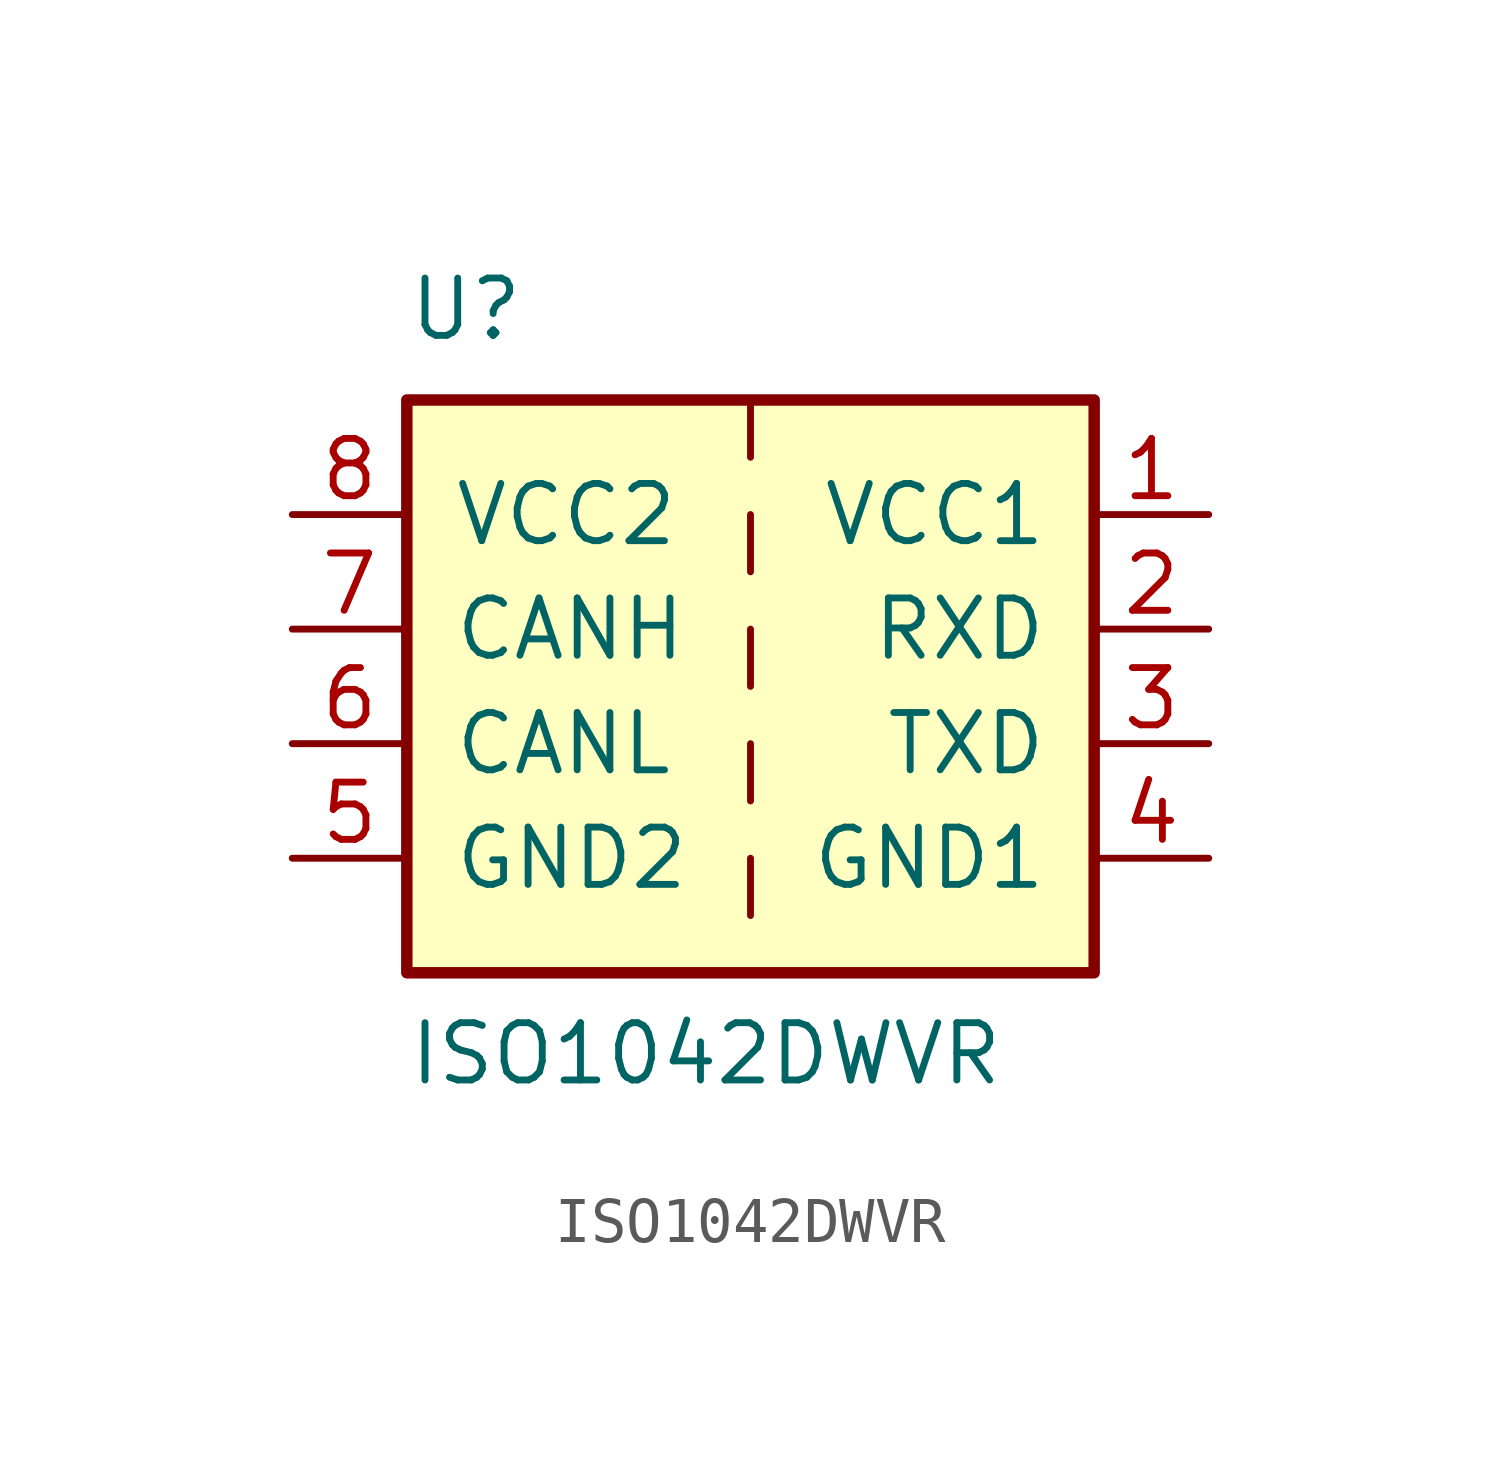
<source format=kicad_sym>
(kicad_symbol_lib
  (version 20211014)
  (generator kicad_symbol_editor)
  (symbol "ISO1042DWVR"
    (pin_names
      (offset 1.016))
    (property "Reference" "U"
      (at -7.62 7.62 0)
      (effects (font (size 1.27 1.27)) (justify left bottom)))
    (property "Value" "ISO1042DWVR"
      (at -7.62 -8.89 0)
      (effects (font (size 1.27 1.27)) (justify left bottom)))
    (property "ki_locked" ""
      (at 0 0 0)
      (effects (font (size 1.27 1.27))))
    (symbol "ISO1042DWVR_1_1"
      (polyline (pts (xy 0 -3.81) (xy 0 -5.08)) (stroke (width 0) (type default) (color 0 0 0 0)) (fill (type none)))
      (polyline (pts (xy 0 -1.27) (xy 0 -2.54)) (stroke (width 0) (type default) (color 0 0 0 0)) (fill (type none)))
      (polyline (pts (xy 0 1.27) (xy 0 0)) (stroke (width 0) (type default) (color 0 0 0 0)) (fill (type none)))
      (polyline (pts (xy 0 3.81) (xy 0 2.54)) (stroke (width 0) (type default) (color 0 0 0 0)) (fill (type none)))
      (polyline (pts (xy 0 6.35) (xy 0 5.08)) (stroke (width 0) (type default) (color 0 0 0 0)) (fill (type none)))
      (rectangle (start 7.62 6.35) (end -7.62 -6.35) (stroke (width 0.254) (type default) (color 0 0 0 0)) (fill (type background)))
      (pin power_in line (at 10.16 3.81 180) (length 2.54) (name "VCC1" (effects (font (size 1.27 1.27)))) (number "1" (effects (font (size 1.27 1.27)))))
      (pin output line (at 10.16 1.27 180) (length 2.54) (name "RXD" (effects (font (size 1.27 1.27)))) (number "2" (effects (font (size 1.27 1.27)))))
      (pin input line (at 10.16 -1.27 180) (length 2.54) (name "TXD" (effects (font (size 1.27 1.27)))) (number "3" (effects (font (size 1.27 1.27)))))
      (pin power_in line (at 10.16 -3.81 180) (length 2.54) (name "GND1" (effects (font (size 1.27 1.27)))) (number "4" (effects (font (size 1.27 1.27)))))
      (pin power_in line (at -10.16 -3.81 0) (length 2.54) (name "GND2" (effects (font (size 1.27 1.27)))) (number "5" (effects (font (size 1.27 1.27)))))
      (pin bidirectional line (at -10.16 -1.27 0) (length 2.54) (name "CANL" (effects (font (size 1.27 1.27)))) (number "6" (effects (font (size 1.27 1.27)))))
      (pin bidirectional line (at -10.16 1.27 0) (length 2.54) (name "CANH" (effects (font (size 1.27 1.27)))) (number "7" (effects (font (size 1.27 1.27)))))
      (pin power_in line (at -10.16 3.81 0) (length 2.54) (name "VCC2" (effects (font (size 1.27 1.27)))) (number "8" (effects (font (size 1.27 1.27))))))))
</source>
